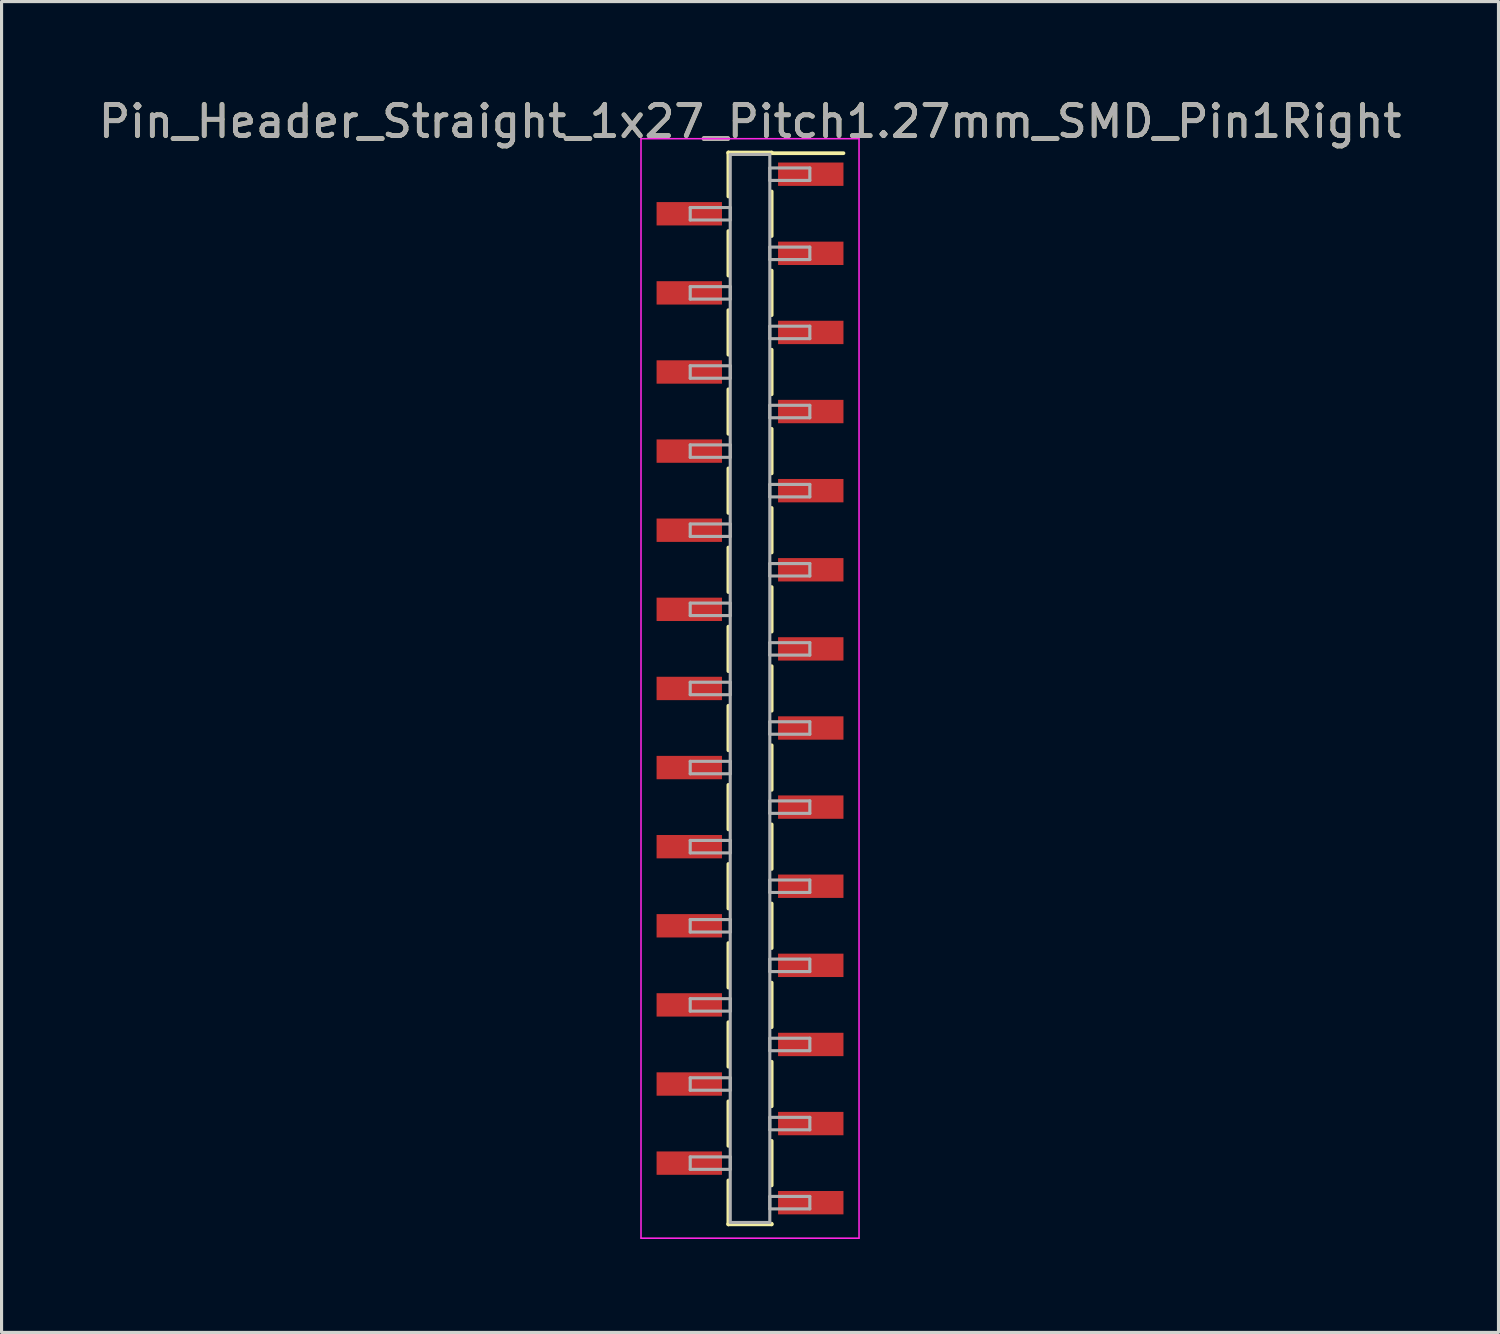
<source format=kicad_pcb>
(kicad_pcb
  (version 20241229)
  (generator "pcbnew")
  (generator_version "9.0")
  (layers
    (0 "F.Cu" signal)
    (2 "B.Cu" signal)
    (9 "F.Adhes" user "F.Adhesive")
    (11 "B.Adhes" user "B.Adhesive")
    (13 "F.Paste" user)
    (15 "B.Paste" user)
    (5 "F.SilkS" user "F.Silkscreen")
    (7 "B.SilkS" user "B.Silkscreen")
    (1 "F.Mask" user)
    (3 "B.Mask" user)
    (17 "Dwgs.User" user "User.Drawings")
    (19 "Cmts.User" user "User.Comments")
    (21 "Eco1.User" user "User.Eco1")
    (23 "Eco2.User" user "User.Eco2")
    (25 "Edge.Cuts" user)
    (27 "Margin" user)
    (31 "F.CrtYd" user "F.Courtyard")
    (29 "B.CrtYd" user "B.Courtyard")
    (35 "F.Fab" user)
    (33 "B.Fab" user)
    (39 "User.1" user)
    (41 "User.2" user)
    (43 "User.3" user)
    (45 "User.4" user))
  (footprint "Pin_Header_Straight_1x27_Pitch1.27mm_SMD_Pin1Right"
    (layer "F.Cu")
    (at 21.03 19.053)
    (property "Reference" "Pin_Header_Straight_1x27_Pitch1.27mm_SMD_Pin1Right" (at 0 -18.205 0) (layer "F.SilkS") (effects (font (size 1 1) (thickness 0.15))))
    (attr smd)
    (fp_line (start -0.695 -17.205) (end -0.695 -15.795) (stroke (width 0.12) (type solid)) (layer "F.SilkS"))
    (fp_line (start -0.695 -17.205) (end 0.695 -17.205) (stroke (width 0.12) (type solid)) (layer "F.SilkS"))
    (fp_line (start -0.695 -17.185) (end -0.695 -17.205) (stroke (width 0.12) (type solid)) (layer "F.SilkS"))
    (fp_line (start -0.695 -14.685) (end -0.695 -13.255) (stroke (width 0.12) (type solid)) (layer "F.SilkS"))
    (fp_line (start -0.695 -12.145) (end -0.695 -10.715) (stroke (width 0.12) (type solid)) (layer "F.SilkS"))
    (fp_line (start -0.695 -9.605) (end -0.695 -8.175) (stroke (width 0.12) (type solid)) (layer "F.SilkS"))
    (fp_line (start -0.695 -7.065) (end -0.695 -5.635) (stroke (width 0.12) (type solid)) (layer "F.SilkS"))
    (fp_line (start -0.695 -4.525) (end -0.695 -3.095) (stroke (width 0.12) (type solid)) (layer "F.SilkS"))
    (fp_line (start -0.695 -1.985) (end -0.695 -0.555) (stroke (width 0.12) (type solid)) (layer "F.SilkS"))
    (fp_line (start -0.695 0.555) (end -0.695 1.985) (stroke (width 0.12) (type solid)) (layer "F.SilkS"))
    (fp_line (start -0.695 3.095) (end -0.695 4.525) (stroke (width 0.12) (type solid)) (layer "F.SilkS"))
    (fp_line (start -0.695 5.635) (end -0.695 7.065) (stroke (width 0.12) (type solid)) (layer "F.SilkS"))
    (fp_line (start -0.695 8.175) (end -0.695 9.605) (stroke (width 0.12) (type solid)) (layer "F.SilkS"))
    (fp_line (start -0.695 10.715) (end -0.695 12.145) (stroke (width 0.12) (type solid)) (layer "F.SilkS"))
    (fp_line (start -0.695 13.255) (end -0.695 14.685) (stroke (width 0.12) (type solid)) (layer "F.SilkS"))
    (fp_line (start -0.695 15.795) (end -0.695 17.205) (stroke (width 0.12) (type solid)) (layer "F.SilkS"))
    (fp_line (start -0.695 17.185) (end -0.695 17.205) (stroke (width 0.12) (type solid)) (layer "F.SilkS"))
    (fp_line (start -0.695 17.205) (end 0.695 17.205) (stroke (width 0.12) (type solid)) (layer "F.SilkS"))
    (fp_line (start 0.695 -17.205) (end 0.695 -17.185) (stroke (width 0.12) (type solid)) (layer "F.SilkS"))
    (fp_line (start 0.695 -17.185) (end 3 -17.185) (stroke (width 0.12) (type solid)) (layer "F.SilkS"))
    (fp_line (start 0.695 -15.955) (end 0.695 -14.525) (stroke (width 0.12) (type solid)) (layer "F.SilkS"))
    (fp_line (start 0.695 -13.415) (end 0.695 -11.985) (stroke (width 0.12) (type solid)) (layer "F.SilkS"))
    (fp_line (start 0.695 -10.875) (end 0.695 -9.445) (stroke (width 0.12) (type solid)) (layer "F.SilkS"))
    (fp_line (start 0.695 -8.335) (end 0.695 -6.905) (stroke (width 0.12) (type solid)) (layer "F.SilkS"))
    (fp_line (start 0.695 -5.795) (end 0.695 -4.365) (stroke (width 0.12) (type solid)) (layer "F.SilkS"))
    (fp_line (start 0.695 -3.255) (end 0.695 -1.825) (stroke (width 0.12) (type solid)) (layer "F.SilkS"))
    (fp_line (start 0.695 -0.715) (end 0.695 0.715) (stroke (width 0.12) (type solid)) (layer "F.SilkS"))
    (fp_line (start 0.695 1.825) (end 0.695 3.255) (stroke (width 0.12) (type solid)) (layer "F.SilkS"))
    (fp_line (start 0.695 4.365) (end 0.695 5.795) (stroke (width 0.12) (type solid)) (layer "F.SilkS"))
    (fp_line (start 0.695 6.905) (end 0.695 8.335) (stroke (width 0.12) (type solid)) (layer "F.SilkS"))
    (fp_line (start 0.695 9.445) (end 0.695 10.875) (stroke (width 0.12) (type solid)) (layer "F.SilkS"))
    (fp_line (start 0.695 11.985) (end 0.695 13.415) (stroke (width 0.12) (type solid)) (layer "F.SilkS"))
    (fp_line (start 0.695 14.525) (end 0.695 15.955) (stroke (width 0.12) (type solid)) (layer "F.SilkS"))
    (fp_line (start 0.695 17.205) (end 0.695 17.185) (stroke (width 0.12) (type solid)) (layer "F.SilkS"))
    (fp_line (start -3.5 -17.65) (end -3.5 17.65) (stroke (width 0.05) (type solid)) (layer "F.CrtYd"))
    (fp_line (start -3.5 17.65) (end 3.5 17.65) (stroke (width 0.05) (type solid)) (layer "F.CrtYd"))
    (fp_line (start 3.5 -17.65) (end -3.5 -17.65) (stroke (width 0.05) (type solid)) (layer "F.CrtYd"))
    (fp_line (start 3.5 17.65) (end 3.5 -17.65) (stroke (width 0.05) (type solid)) (layer "F.CrtYd"))
    (fp_line (start -1.92 -15.44) (end -0.635 -15.44) (stroke (width 0.1) (type solid)) (layer "F.Fab"))
    (fp_line (start -1.92 -15.04) (end -1.92 -15.44) (stroke (width 0.1) (type solid)) (layer "F.Fab"))
    (fp_line (start -1.92 -12.9) (end -0.635 -12.9) (stroke (width 0.1) (type solid)) (layer "F.Fab"))
    (fp_line (start -1.92 -12.5) (end -1.92 -12.9) (stroke (width 0.1) (type solid)) (layer "F.Fab"))
    (fp_line (start -1.92 -10.36) (end -0.635 -10.36) (stroke (width 0.1) (type solid)) (layer "F.Fab"))
    (fp_line (start -1.92 -9.96) (end -1.92 -10.36) (stroke (width 0.1) (type solid)) (layer "F.Fab"))
    (fp_line (start -1.92 -7.82) (end -0.635 -7.82) (stroke (width 0.1) (type solid)) (layer "F.Fab"))
    (fp_line (start -1.92 -7.42) (end -1.92 -7.82) (stroke (width 0.1) (type solid)) (layer "F.Fab"))
    (fp_line (start -1.92 -5.28) (end -0.635 -5.28) (stroke (width 0.1) (type solid)) (layer "F.Fab"))
    (fp_line (start -1.92 -4.88) (end -1.92 -5.28) (stroke (width 0.1) (type solid)) (layer "F.Fab"))
    (fp_line (start -1.92 -2.74) (end -0.635 -2.74) (stroke (width 0.1) (type solid)) (layer "F.Fab"))
    (fp_line (start -1.92 -2.34) (end -1.92 -2.74) (stroke (width 0.1) (type solid)) (layer "F.Fab"))
    (fp_line (start -1.92 -0.2) (end -0.635 -0.2) (stroke (width 0.1) (type solid)) (layer "F.Fab"))
    (fp_line (start -1.92 0.2) (end -1.92 -0.2) (stroke (width 0.1) (type solid)) (layer "F.Fab"))
    (fp_line (start -1.92 2.34) (end -0.635 2.34) (stroke (width 0.1) (type solid)) (layer "F.Fab"))
    (fp_line (start -1.92 2.74) (end -1.92 2.34) (stroke (width 0.1) (type solid)) (layer "F.Fab"))
    (fp_line (start -1.92 4.88) (end -0.635 4.88) (stroke (width 0.1) (type solid)) (layer "F.Fab"))
    (fp_line (start -1.92 5.28) (end -1.92 4.88) (stroke (width 0.1) (type solid)) (layer "F.Fab"))
    (fp_line (start -1.92 7.42) (end -0.635 7.42) (stroke (width 0.1) (type solid)) (layer "F.Fab"))
    (fp_line (start -1.92 7.82) (end -1.92 7.42) (stroke (width 0.1) (type solid)) (layer "F.Fab"))
    (fp_line (start -1.92 9.96) (end -0.635 9.96) (stroke (width 0.1) (type solid)) (layer "F.Fab"))
    (fp_line (start -1.92 10.36) (end -1.92 9.96) (stroke (width 0.1) (type solid)) (layer "F.Fab"))
    (fp_line (start -1.92 12.5) (end -0.635 12.5) (stroke (width 0.1) (type solid)) (layer "F.Fab"))
    (fp_line (start -1.92 12.9) (end -1.92 12.5) (stroke (width 0.1) (type solid)) (layer "F.Fab"))
    (fp_line (start -1.92 15.04) (end -0.635 15.04) (stroke (width 0.1) (type solid)) (layer "F.Fab"))
    (fp_line (start -1.92 15.44) (end -1.92 15.04) (stroke (width 0.1) (type solid)) (layer "F.Fab"))
    (fp_line (start -0.635 -17.145) (end -0.635 17.145) (stroke (width 0.1) (type solid)) (layer "F.Fab"))
    (fp_line (start -0.635 -15.44) (end -0.635 -15.04) (stroke (width 0.1) (type solid)) (layer "F.Fab"))
    (fp_line (start -0.635 -15.04) (end -1.92 -15.04) (stroke (width 0.1) (type solid)) (layer "F.Fab"))
    (fp_line (start -0.635 -12.9) (end -0.635 -12.5) (stroke (width 0.1) (type solid)) (layer "F.Fab"))
    (fp_line (start -0.635 -12.5) (end -1.92 -12.5) (stroke (width 0.1) (type solid)) (layer "F.Fab"))
    (fp_line (start -0.635 -10.36) (end -0.635 -9.96) (stroke (width 0.1) (type solid)) (layer "F.Fab"))
    (fp_line (start -0.635 -9.96) (end -1.92 -9.96) (stroke (width 0.1) (type solid)) (layer "F.Fab"))
    (fp_line (start -0.635 -7.82) (end -0.635 -7.42) (stroke (width 0.1) (type solid)) (layer "F.Fab"))
    (fp_line (start -0.635 -7.42) (end -1.92 -7.42) (stroke (width 0.1) (type solid)) (layer "F.Fab"))
    (fp_line (start -0.635 -5.28) (end -0.635 -4.88) (stroke (width 0.1) (type solid)) (layer "F.Fab"))
    (fp_line (start -0.635 -4.88) (end -1.92 -4.88) (stroke (width 0.1) (type solid)) (layer "F.Fab"))
    (fp_line (start -0.635 -2.74) (end -0.635 -2.34) (stroke (width 0.1) (type solid)) (layer "F.Fab"))
    (fp_line (start -0.635 -2.34) (end -1.92 -2.34) (stroke (width 0.1) (type solid)) (layer "F.Fab"))
    (fp_line (start -0.635 -0.2) (end -0.635 0.2) (stroke (width 0.1) (type solid)) (layer "F.Fab"))
    (fp_line (start -0.635 0.2) (end -1.92 0.2) (stroke (width 0.1) (type solid)) (layer "F.Fab"))
    (fp_line (start -0.635 2.34) (end -0.635 2.74) (stroke (width 0.1) (type solid)) (layer "F.Fab"))
    (fp_line (start -0.635 2.74) (end -1.92 2.74) (stroke (width 0.1) (type solid)) (layer "F.Fab"))
    (fp_line (start -0.635 4.88) (end -0.635 5.28) (stroke (width 0.1) (type solid)) (layer "F.Fab"))
    (fp_line (start -0.635 5.28) (end -1.92 5.28) (stroke (width 0.1) (type solid)) (layer "F.Fab"))
    (fp_line (start -0.635 7.42) (end -0.635 7.82) (stroke (width 0.1) (type solid)) (layer "F.Fab"))
    (fp_line (start -0.635 7.82) (end -1.92 7.82) (stroke (width 0.1) (type solid)) (layer "F.Fab"))
    (fp_line (start -0.635 9.96) (end -0.635 10.36) (stroke (width 0.1) (type solid)) (layer "F.Fab"))
    (fp_line (start -0.635 10.36) (end -1.92 10.36) (stroke (width 0.1) (type solid)) (layer "F.Fab"))
    (fp_line (start -0.635 12.5) (end -0.635 12.9) (stroke (width 0.1) (type solid)) (layer "F.Fab"))
    (fp_line (start -0.635 12.9) (end -1.92 12.9) (stroke (width 0.1) (type solid)) (layer "F.Fab"))
    (fp_line (start -0.635 15.04) (end -0.635 15.44) (stroke (width 0.1) (type solid)) (layer "F.Fab"))
    (fp_line (start -0.635 15.44) (end -1.92 15.44) (stroke (width 0.1) (type solid)) (layer "F.Fab"))
    (fp_line (start -0.635 17.145) (end 0.635 17.145) (stroke (width 0.1) (type solid)) (layer "F.Fab"))
    (fp_line (start 0.635 -17.145) (end -0.635 -17.145) (stroke (width 0.1) (type solid)) (layer "F.Fab"))
    (fp_line (start 0.635 -16.71) (end 0.635 -16.31) (stroke (width 0.1) (type solid)) (layer "F.Fab"))
    (fp_line (start 0.635 -16.31) (end 1.92 -16.31) (stroke (width 0.1) (type solid)) (layer "F.Fab"))
    (fp_line (start 0.635 -14.17) (end 0.635 -13.77) (stroke (width 0.1) (type solid)) (layer "F.Fab"))
    (fp_line (start 0.635 -13.77) (end 1.92 -13.77) (stroke (width 0.1) (type solid)) (layer "F.Fab"))
    (fp_line (start 0.635 -11.63) (end 0.635 -11.23) (stroke (width 0.1) (type solid)) (layer "F.Fab"))
    (fp_line (start 0.635 -11.23) (end 1.92 -11.23) (stroke (width 0.1) (type solid)) (layer "F.Fab"))
    (fp_line (start 0.635 -9.09) (end 0.635 -8.69) (stroke (width 0.1) (type solid)) (layer "F.Fab"))
    (fp_line (start 0.635 -8.69) (end 1.92 -8.69) (stroke (width 0.1) (type solid)) (layer "F.Fab"))
    (fp_line (start 0.635 -6.55) (end 0.635 -6.15) (stroke (width 0.1) (type solid)) (layer "F.Fab"))
    (fp_line (start 0.635 -6.15) (end 1.92 -6.15) (stroke (width 0.1) (type solid)) (layer "F.Fab"))
    (fp_line (start 0.635 -4.01) (end 0.635 -3.61) (stroke (width 0.1) (type solid)) (layer "F.Fab"))
    (fp_line (start 0.635 -3.61) (end 1.92 -3.61) (stroke (width 0.1) (type solid)) (layer "F.Fab"))
    (fp_line (start 0.635 -1.47) (end 0.635 -1.07) (stroke (width 0.1) (type solid)) (layer "F.Fab"))
    (fp_line (start 0.635 -1.07) (end 1.92 -1.07) (stroke (width 0.1) (type solid)) (layer "F.Fab"))
    (fp_line (start 0.635 1.07) (end 0.635 1.47) (stroke (width 0.1) (type solid)) (layer "F.Fab"))
    (fp_line (start 0.635 1.47) (end 1.92 1.47) (stroke (width 0.1) (type solid)) (layer "F.Fab"))
    (fp_line (start 0.635 3.61) (end 0.635 4.01) (stroke (width 0.1) (type solid)) (layer "F.Fab"))
    (fp_line (start 0.635 4.01) (end 1.92 4.01) (stroke (width 0.1) (type solid)) (layer "F.Fab"))
    (fp_line (start 0.635 6.15) (end 0.635 6.55) (stroke (width 0.1) (type solid)) (layer "F.Fab"))
    (fp_line (start 0.635 6.55) (end 1.92 6.55) (stroke (width 0.1) (type solid)) (layer "F.Fab"))
    (fp_line (start 0.635 8.69) (end 0.635 9.09) (stroke (width 0.1) (type solid)) (layer "F.Fab"))
    (fp_line (start 0.635 9.09) (end 1.92 9.09) (stroke (width 0.1) (type solid)) (layer "F.Fab"))
    (fp_line (start 0.635 11.23) (end 0.635 11.63) (stroke (width 0.1) (type solid)) (layer "F.Fab"))
    (fp_line (start 0.635 11.63) (end 1.92 11.63) (stroke (width 0.1) (type solid)) (layer "F.Fab"))
    (fp_line (start 0.635 13.77) (end 0.635 14.17) (stroke (width 0.1) (type solid)) (layer "F.Fab"))
    (fp_line (start 0.635 14.17) (end 1.92 14.17) (stroke (width 0.1) (type solid)) (layer "F.Fab"))
    (fp_line (start 0.635 16.31) (end 0.635 16.71) (stroke (width 0.1) (type solid)) (layer "F.Fab"))
    (fp_line (start 0.635 16.71) (end 1.92 16.71) (stroke (width 0.1) (type solid)) (layer "F.Fab"))
    (fp_line (start 0.635 17.145) (end 0.635 -17.145) (stroke (width 0.1) (type solid)) (layer "F.Fab"))
    (fp_line (start 1.92 -16.71) (end 0.635 -16.71) (stroke (width 0.1) (type solid)) (layer "F.Fab"))
    (fp_line (start 1.92 -16.31) (end 1.92 -16.71) (stroke (width 0.1) (type solid)) (layer "F.Fab"))
    (fp_line (start 1.92 -14.17) (end 0.635 -14.17) (stroke (width 0.1) (type solid)) (layer "F.Fab"))
    (fp_line (start 1.92 -13.77) (end 1.92 -14.17) (stroke (width 0.1) (type solid)) (layer "F.Fab"))
    (fp_line (start 1.92 -11.63) (end 0.635 -11.63) (stroke (width 0.1) (type solid)) (layer "F.Fab"))
    (fp_line (start 1.92 -11.23) (end 1.92 -11.63) (stroke (width 0.1) (type solid)) (layer "F.Fab"))
    (fp_line (start 1.92 -9.09) (end 0.635 -9.09) (stroke (width 0.1) (type solid)) (layer "F.Fab"))
    (fp_line (start 1.92 -8.69) (end 1.92 -9.09) (stroke (width 0.1) (type solid)) (layer "F.Fab"))
    (fp_line (start 1.92 -6.55) (end 0.635 -6.55) (stroke (width 0.1) (type solid)) (layer "F.Fab"))
    (fp_line (start 1.92 -6.15) (end 1.92 -6.55) (stroke (width 0.1) (type solid)) (layer "F.Fab"))
    (fp_line (start 1.92 -4.01) (end 0.635 -4.01) (stroke (width 0.1) (type solid)) (layer "F.Fab"))
    (fp_line (start 1.92 -3.61) (end 1.92 -4.01) (stroke (width 0.1) (type solid)) (layer "F.Fab"))
    (fp_line (start 1.92 -1.47) (end 0.635 -1.47) (stroke (width 0.1) (type solid)) (layer "F.Fab"))
    (fp_line (start 1.92 -1.07) (end 1.92 -1.47) (stroke (width 0.1) (type solid)) (layer "F.Fab"))
    (fp_line (start 1.92 1.07) (end 0.635 1.07) (stroke (width 0.1) (type solid)) (layer "F.Fab"))
    (fp_line (start 1.92 1.47) (end 1.92 1.07) (stroke (width 0.1) (type solid)) (layer "F.Fab"))
    (fp_line (start 1.92 3.61) (end 0.635 3.61) (stroke (width 0.1) (type solid)) (layer "F.Fab"))
    (fp_line (start 1.92 4.01) (end 1.92 3.61) (stroke (width 0.1) (type solid)) (layer "F.Fab"))
    (fp_line (start 1.92 6.15) (end 0.635 6.15) (stroke (width 0.1) (type solid)) (layer "F.Fab"))
    (fp_line (start 1.92 6.55) (end 1.92 6.15) (stroke (width 0.1) (type solid)) (layer "F.Fab"))
    (fp_line (start 1.92 8.69) (end 0.635 8.69) (stroke (width 0.1) (type solid)) (layer "F.Fab"))
    (fp_line (start 1.92 9.09) (end 1.92 8.69) (stroke (width 0.1) (type solid)) (layer "F.Fab"))
    (fp_line (start 1.92 11.23) (end 0.635 11.23) (stroke (width 0.1) (type solid)) (layer "F.Fab"))
    (fp_line (start 1.92 11.63) (end 1.92 11.23) (stroke (width 0.1) (type solid)) (layer "F.Fab"))
    (fp_line (start 1.92 13.77) (end 0.635 13.77) (stroke (width 0.1) (type solid)) (layer "F.Fab"))
    (fp_line (start 1.92 14.17) (end 1.92 13.77) (stroke (width 0.1) (type solid)) (layer "F.Fab"))
    (fp_line (start 1.92 16.31) (end 0.635 16.31) (stroke (width 0.1) (type solid)) (layer "F.Fab"))
    (fp_line (start 1.92 16.71) (end 1.92 16.31) (stroke (width 0.1) (type solid)) (layer "F.Fab"))
    (fp_text user "${REFERENCE}" (at 0 -18.205 0) (layer "F.Fab") (effects (font (size 1 1) (thickness 0.15))))
    (pad "1" smd rect (at 1.95 -16.51) (size 2.1 0.75) (layers "F.Cu" "F.Mask" "F.Paste"))
    (pad "2" smd rect (at -1.95 -15.24) (size 2.1 0.75) (layers "F.Cu" "F.Mask" "F.Paste"))
    (pad "3" smd rect (at 1.95 -13.97) (size 2.1 0.75) (layers "F.Cu" "F.Mask" "F.Paste"))
    (pad "4" smd rect (at -1.95 -12.7) (size 2.1 0.75) (layers "F.Cu" "F.Mask" "F.Paste"))
    (pad "5" smd rect (at 1.95 -11.43) (size 2.1 0.75) (layers "F.Cu" "F.Mask" "F.Paste"))
    (pad "6" smd rect (at -1.95 -10.16) (size 2.1 0.75) (layers "F.Cu" "F.Mask" "F.Paste"))
    (pad "7" smd rect (at 1.95 -8.89) (size 2.1 0.75) (layers "F.Cu" "F.Mask" "F.Paste"))
    (pad "8" smd rect (at -1.95 -7.62) (size 2.1 0.75) (layers "F.Cu" "F.Mask" "F.Paste"))
    (pad "9" smd rect (at 1.95 -6.35) (size 2.1 0.75) (layers "F.Cu" "F.Mask" "F.Paste"))
    (pad "10" smd rect (at -1.95 -5.08) (size 2.1 0.75) (layers "F.Cu" "F.Mask" "F.Paste"))
    (pad "11" smd rect (at 1.95 -3.81) (size 2.1 0.75) (layers "F.Cu" "F.Mask" "F.Paste"))
    (pad "12" smd rect (at -1.95 -2.54) (size 2.1 0.75) (layers "F.Cu" "F.Mask" "F.Paste"))
    (pad "13" smd rect (at 1.95 -1.27) (size 2.1 0.75) (layers "F.Cu" "F.Mask" "F.Paste"))
    (pad "14" smd rect (at -1.95 0) (size 2.1 0.75) (layers "F.Cu" "F.Mask" "F.Paste"))
    (pad "15" smd rect (at 1.95 1.27) (size 2.1 0.75) (layers "F.Cu" "F.Mask" "F.Paste"))
    (pad "16" smd rect (at -1.95 2.54) (size 2.1 0.75) (layers "F.Cu" "F.Mask" "F.Paste"))
    (pad "17" smd rect (at 1.95 3.81) (size 2.1 0.75) (layers "F.Cu" "F.Mask" "F.Paste"))
    (pad "18" smd rect (at -1.95 5.08) (size 2.1 0.75) (layers "F.Cu" "F.Mask" "F.Paste"))
    (pad "19" smd rect (at 1.95 6.35) (size 2.1 0.75) (layers "F.Cu" "F.Mask" "F.Paste"))
    (pad "20" smd rect (at -1.95 7.62) (size 2.1 0.75) (layers "F.Cu" "F.Mask" "F.Paste"))
    (pad "21" smd rect (at 1.95 8.89) (size 2.1 0.75) (layers "F.Cu" "F.Mask" "F.Paste"))
    (pad "22" smd rect (at -1.95 10.16) (size 2.1 0.75) (layers "F.Cu" "F.Mask" "F.Paste"))
    (pad "23" smd rect (at 1.95 11.43) (size 2.1 0.75) (layers "F.Cu" "F.Mask" "F.Paste"))
    (pad "24" smd rect (at -1.95 12.7) (size 2.1 0.75) (layers "F.Cu" "F.Mask" "F.Paste"))
    (pad "25" smd rect (at 1.95 13.97) (size 2.1 0.75) (layers "F.Cu" "F.Mask" "F.Paste"))
    (pad "26" smd rect (at -1.95 15.24) (size 2.1 0.75) (layers "F.Cu" "F.Mask" "F.Paste"))
    (pad "27" smd rect (at 1.95 16.51) (size 2.1 0.75) (layers "F.Cu" "F.Mask" "F.Paste")))
  (gr_rect
    (start -3 -3)
    (end 45.06 39.728)
    (stroke (width 0.1) (type default))
    (fill no)
    (layer "Edge.Cuts")))
</source>
